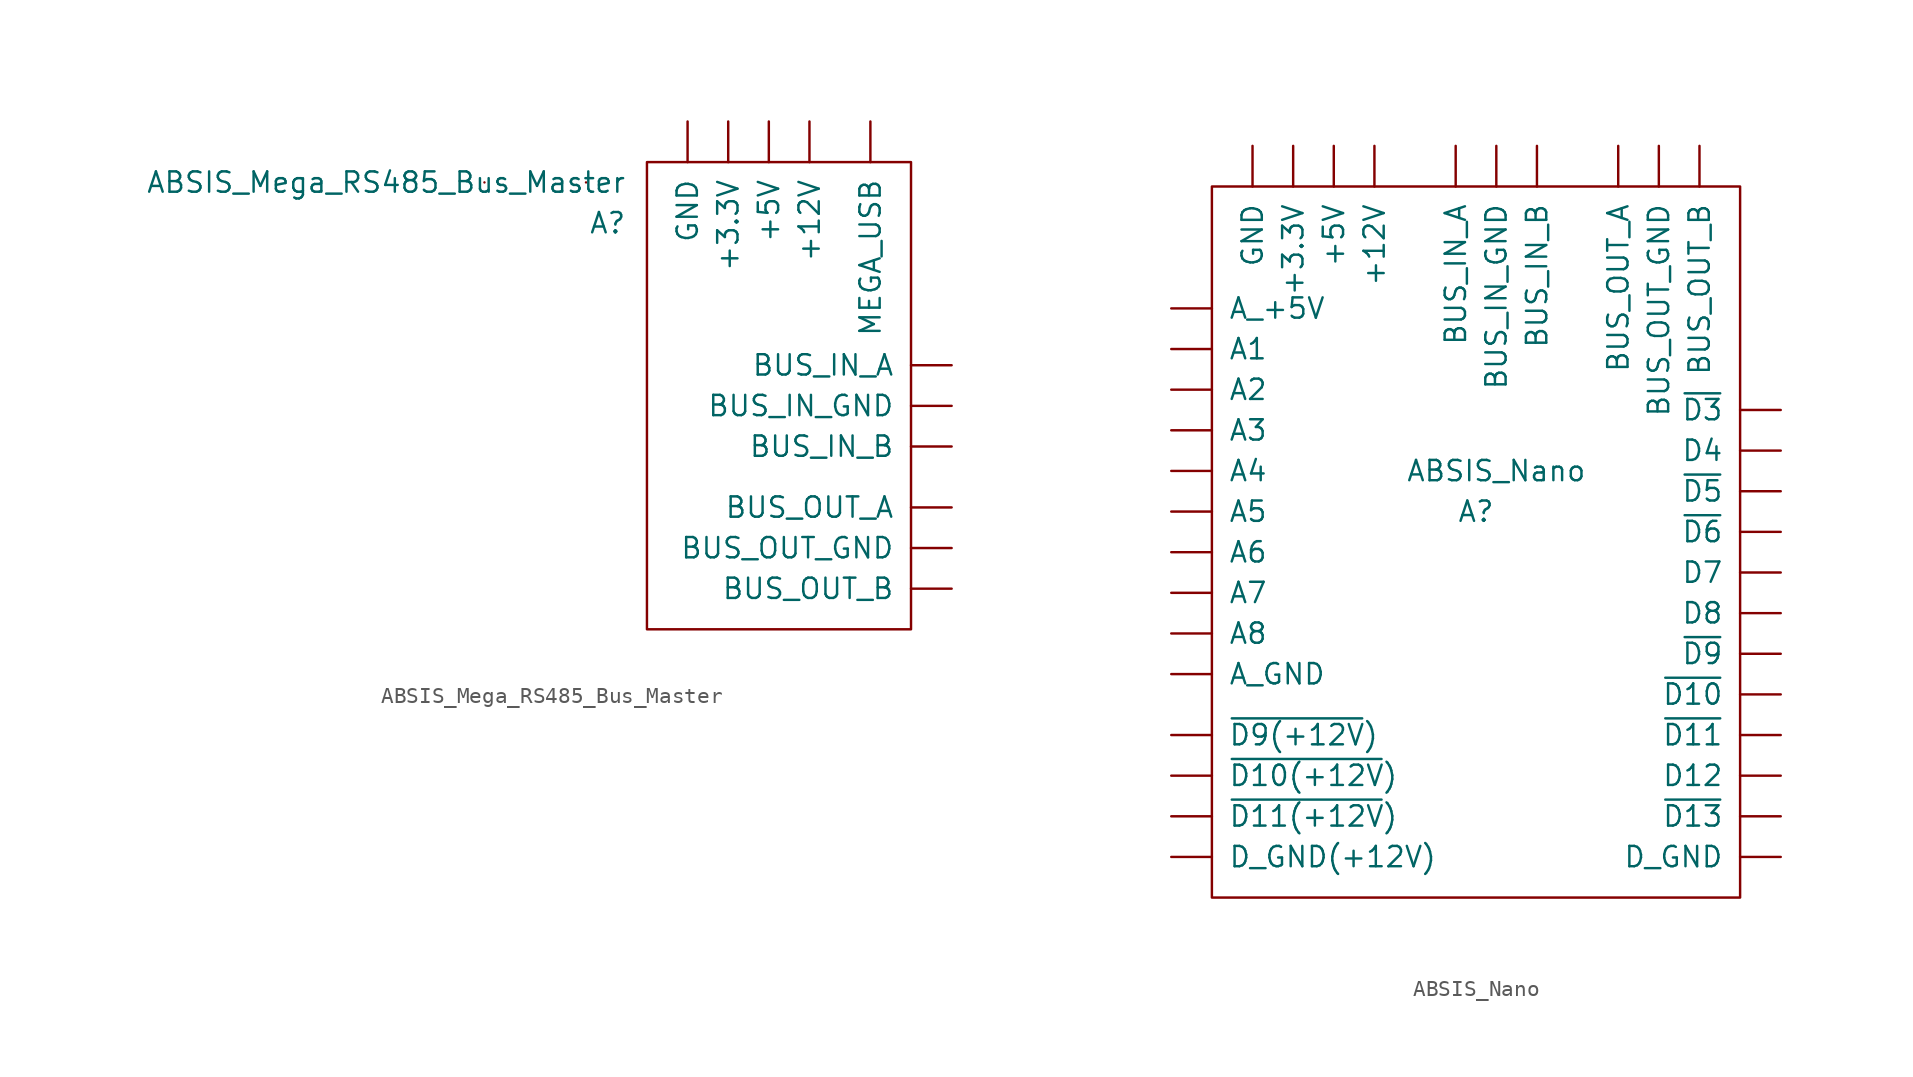
<source format=kicad_sym>
(kicad_symbol_lib
  (version 20211014)
  (generator kicad_symbol_editor)
  (symbol "ABSIS_Mega_RS485_Bus_Master"
    (pin_names
      (offset 1.016))
    (property "Reference" "A"
      (at -10.16 11.43 0)
      (effects (font (size 1.27 1.27)) (justify right)))
    (property "Value" "ABSIS_Mega_RS485_Bus_Master"
      (at -10.16 13.97 0)
      (effects (font (size 1.27 1.27)) (justify right)))
    (symbol "ABSIS_Mega_RS485_Bus_Master_0_0"
      (pin power_in line (at 1.27 17.78 270) (length 2.54) (name "+12V" (effects (font (size 1.27 1.27)))) (number "~" (effects (font (size 1.27 1.27)))))
      (pin power_in line (at -3.81 17.78 270) (length 2.54) (name "+3.3V" (effects (font (size 1.27 1.27)))) (number "~" (effects (font (size 1.27 1.27)))))
      (pin power_in line (at -1.27 17.78 270) (length 2.54) (name "+5V" (effects (font (size 1.27 1.27)))) (number "~" (effects (font (size 1.27 1.27)))))
      (pin bidirectional line (at 10.16 2.54 180) (length 2.54) (name "BUS_IN_A" (effects (font (size 1.27 1.27)))) (number "~" (effects (font (size 1.27 1.27)))))
      (pin bidirectional line (at 10.16 -2.54 180) (length 2.54) (name "BUS_IN_B" (effects (font (size 1.27 1.27)))) (number "~" (effects (font (size 1.27 1.27)))))
      (pin power_out line (at 10.16 0 180) (length 2.54) (name "BUS_IN_GND" (effects (font (size 1.27 1.27)))) (number "~" (effects (font (size 1.27 1.27)))))
      (pin bidirectional line (at 10.16 -6.35 180) (length 2.54) (name "BUS_OUT_A" (effects (font (size 1.27 1.27)))) (number "~" (effects (font (size 1.27 1.27)))))
      (pin bidirectional line (at 10.16 -11.43 180) (length 2.54) (name "BUS_OUT_B" (effects (font (size 1.27 1.27)))) (number "~" (effects (font (size 1.27 1.27)))))
      (pin power_out line (at 10.16 -8.89 180) (length 2.54) (name "BUS_OUT_GND" (effects (font (size 1.27 1.27)))) (number "~" (effects (font (size 1.27 1.27)))))
      (pin power_out line (at -6.35 17.78 270) (length 2.54) (name "GND" (effects (font (size 1.27 1.27)))) (number "~" (effects (font (size 1.27 1.27)))))
      (pin bidirectional line (at 5.08 17.78 270) (length 2.54) (name "MEGA_USB" (effects (font (size 1.27 1.27)))) (number "~" (effects (font (size 1.27 1.27))))))
    (symbol "ABSIS_Mega_RS485_Bus_Master_0_1"
      (rectangle (start -19.05 13.97) (end -19.05 13.97) (stroke (width 0) (type default) (color 0 0 0 0)) (fill (type none)))
      (rectangle (start -12.7 13.97) (end -12.7 13.97) (stroke (width 0) (type default) (color 0 0 0 0)) (fill (type none)))
      (rectangle (start -8.89 15.24) (end 7.62 -13.97) (stroke (width 0) (type default) (color 0 0 0 0)) (fill (type none)))))
  (symbol "ABSIS_Nano"
    (pin_names
      (offset 1.016))
    (property "Reference" "A"
      (at 0 2.54 0)
      (effects (font (size 1.27 1.27))))
    (property "Value" "ABSIS_Nano"
      (at 1.27 5.08 0)
      (effects (font (size 1.27 1.27))))
    (symbol "ABSIS_Nano_0_0"
      (pin power_in line (at -6.35 25.4 270) (length 2.54) (name "+12V" (effects (font (size 1.27 1.27)))) (number "~" (effects (font (size 1.27 1.27)))))
      (pin power_in line (at -11.43 25.4 270) (length 2.54) (name "+3.3V" (effects (font (size 1.27 1.27)))) (number "~" (effects (font (size 1.27 1.27)))))
      (pin power_in line (at -8.89 25.4 270) (length 2.54) (name "+5V" (effects (font (size 1.27 1.27)))) (number "~" (effects (font (size 1.27 1.27)))))
      (pin bidirectional line (at -19.05 12.7 0) (length 2.54) (name "A1" (effects (font (size 1.27 1.27)))) (number "~" (effects (font (size 1.27 1.27)))))
      (pin bidirectional line (at -19.05 10.16 0) (length 2.54) (name "A2" (effects (font (size 1.27 1.27)))) (number "~" (effects (font (size 1.27 1.27)))))
      (pin bidirectional line (at -19.05 7.62 0) (length 2.54) (name "A3" (effects (font (size 1.27 1.27)))) (number "~" (effects (font (size 1.27 1.27)))))
      (pin bidirectional line (at -19.05 5.08 0) (length 2.54) (name "A4" (effects (font (size 1.27 1.27)))) (number "~" (effects (font (size 1.27 1.27)))))
      (pin bidirectional line (at -19.05 2.54 0) (length 2.54) (name "A5" (effects (font (size 1.27 1.27)))) (number "~" (effects (font (size 1.27 1.27)))))
      (pin bidirectional line (at -19.05 0 0) (length 2.54) (name "A6" (effects (font (size 1.27 1.27)))) (number "~" (effects (font (size 1.27 1.27)))))
      (pin bidirectional line (at -19.05 -2.54 0) (length 2.54) (name "A7" (effects (font (size 1.27 1.27)))) (number "~" (effects (font (size 1.27 1.27)))))
      (pin bidirectional line (at -19.05 -5.08 0) (length 2.54) (name "A8" (effects (font (size 1.27 1.27)))) (number "~" (effects (font (size 1.27 1.27)))))
      (pin power_in line (at -19.05 15.24 0) (length 2.54) (name "A_+5V" (effects (font (size 1.27 1.27)))) (number "~" (effects (font (size 1.27 1.27)))))
      (pin power_out line (at -19.05 -7.62 0) (length 2.54) (name "A_GND" (effects (font (size 1.27 1.27)))) (number "~" (effects (font (size 1.27 1.27)))))
      (pin bidirectional line (at -1.27 25.4 270) (length 2.54) (name "BUS_IN_A" (effects (font (size 1.27 1.27)))) (number "~" (effects (font (size 1.27 1.27)))))
      (pin bidirectional line (at 3.81 25.4 270) (length 2.54) (name "BUS_IN_B" (effects (font (size 1.27 1.27)))) (number "~" (effects (font (size 1.27 1.27)))))
      (pin power_out line (at 1.27 25.4 270) (length 2.54) (name "BUS_IN_GND" (effects (font (size 1.27 1.27)))) (number "~" (effects (font (size 1.27 1.27)))))
      (pin bidirectional line (at 8.89 25.4 270) (length 2.54) (name "BUS_OUT_A" (effects (font (size 1.27 1.27)))) (number "~" (effects (font (size 1.27 1.27)))))
      (pin bidirectional line (at 13.97 25.4 270) (length 2.54) (name "BUS_OUT_B" (effects (font (size 1.27 1.27)))) (number "~" (effects (font (size 1.27 1.27)))))
      (pin power_out line (at 11.43 25.4 270) (length 2.54) (name "BUS_OUT_GND" (effects (font (size 1.27 1.27)))) (number "~" (effects (font (size 1.27 1.27)))))
      (pin bidirectional line (at 19.05 -13.97 180) (length 2.54) (name "D12" (effects (font (size 1.27 1.27)))) (number "~" (effects (font (size 1.27 1.27)))))
      (pin bidirectional line (at 19.05 6.35 180) (length 2.54) (name "D4" (effects (font (size 1.27 1.27)))) (number "~" (effects (font (size 1.27 1.27)))))
      (pin bidirectional line (at 19.05 -1.27 180) (length 2.54) (name "D7" (effects (font (size 1.27 1.27)))) (number "~" (effects (font (size 1.27 1.27)))))
      (pin bidirectional line (at 19.05 -3.81 180) (length 2.54) (name "D8" (effects (font (size 1.27 1.27)))) (number "~" (effects (font (size 1.27 1.27)))))
      (pin power_out line (at 19.05 -19.05 180) (length 2.54) (name "D_GND" (effects (font (size 1.27 1.27)))) (number "~" (effects (font (size 1.27 1.27)))))
      (pin power_out line (at -19.05 -19.05 0) (length 2.54) (name "D_GND(+12V)" (effects (font (size 1.27 1.27)))) (number "~" (effects (font (size 1.27 1.27)))))
      (pin power_out line (at -13.97 25.4 270) (length 2.54) (name "GND" (effects (font (size 1.27 1.27)))) (number "~" (effects (font (size 1.27 1.27)))))
      (pin bidirectional line (at -19.05 -13.97 0) (length 2.54) (name "~{D10(+12V})" (effects (font (size 1.27 1.27)))) (number "~" (effects (font (size 1.27 1.27)))))
      (pin bidirectional line (at 19.05 -8.89 180) (length 2.54) (name "~{D10}" (effects (font (size 1.27 1.27)))) (number "~" (effects (font (size 1.27 1.27)))))
      (pin bidirectional line (at -19.05 -16.51 0) (length 2.54) (name "~{D11(+12V})" (effects (font (size 1.27 1.27)))) (number "~" (effects (font (size 1.27 1.27)))))
      (pin bidirectional line (at 19.05 -11.43 180) (length 2.54) (name "~{D11}" (effects (font (size 1.27 1.27)))) (number "~" (effects (font (size 1.27 1.27)))))
      (pin bidirectional line (at 19.05 -16.51 180) (length 2.54) (name "~{D13}" (effects (font (size 1.27 1.27)))) (number "~" (effects (font (size 1.27 1.27)))))
      (pin bidirectional line (at 19.05 8.89 180) (length 2.54) (name "~{D3}" (effects (font (size 1.27 1.27)))) (number "~" (effects (font (size 1.27 1.27)))))
      (pin bidirectional line (at 19.05 3.81 180) (length 2.54) (name "~{D5}" (effects (font (size 1.27 1.27)))) (number "~" (effects (font (size 1.27 1.27)))))
      (pin bidirectional line (at 19.05 1.27 180) (length 2.54) (name "~{D6}" (effects (font (size 1.27 1.27)))) (number "~" (effects (font (size 1.27 1.27)))))
      (pin bidirectional line (at -19.05 -11.43 0) (length 2.54) (name "~{D9(+12V})" (effects (font (size 1.27 1.27)))) (number "~" (effects (font (size 1.27 1.27)))))
      (pin bidirectional line (at 19.05 -6.35 180) (length 2.54) (name "~{D9}" (effects (font (size 1.27 1.27)))) (number "~" (effects (font (size 1.27 1.27))))))
    (symbol "ABSIS_Nano_0_1"
      (rectangle (start -16.51 22.86) (end 16.51 -21.59) (stroke (width 0) (type default) (color 0 0 0 0)) (fill (type none))))))
</source>
